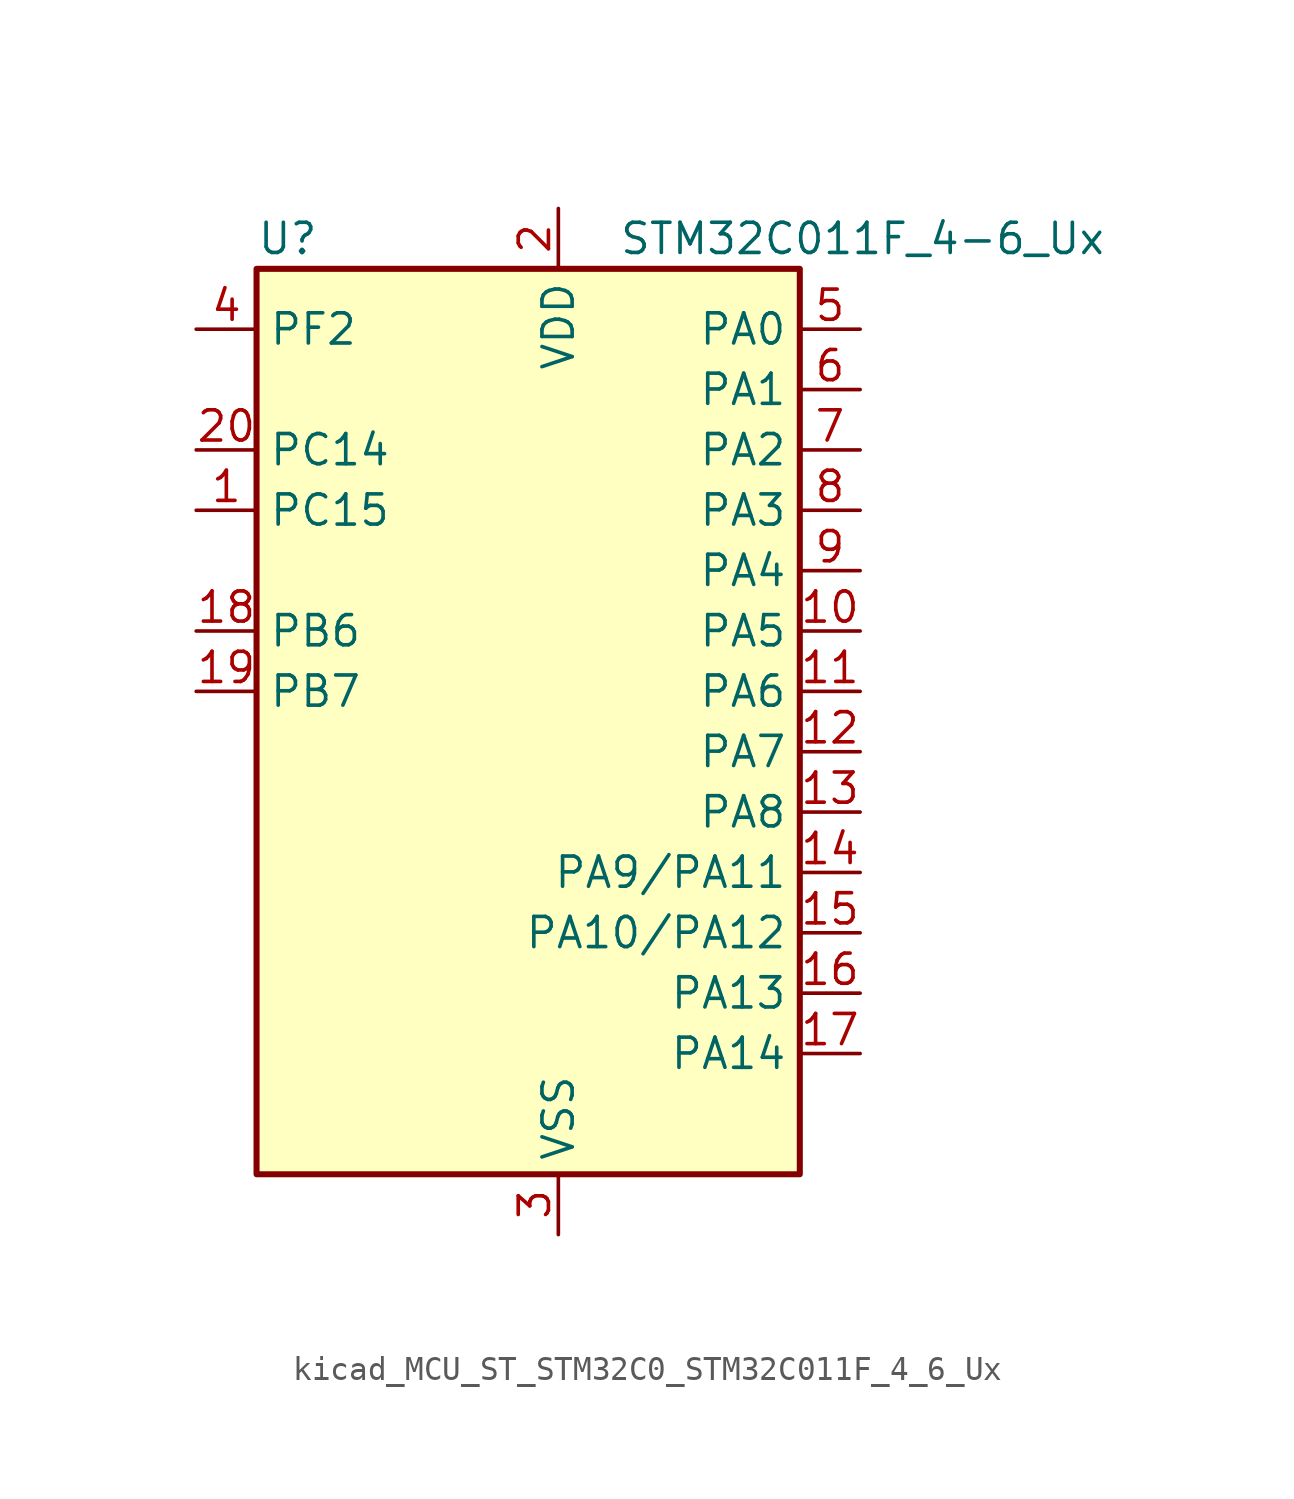
<source format=kicad_sym>
(kicad_symbol_lib
  (version 20220914)
  (generator kicad_symbol_editor)
  (symbol "kicad_MCU_ST_STM32C0_STM32C011F_4_6_Ux"
    (property "Reference" "U"
      (at -10.16 21.59 0)
      (effects (font (size 1.27 1.27)) (justify left)))
    (property "Value" "STM32C011F_4-6_Ux"
      (at 5.08 21.59 0)
      (effects (font (size 1.27 1.27)) (justify left)))
    (property "ki_locked" ""
      (at 0 0 0)
      (effects (font (size 1.27 1.27))))
    (symbol "kicad_MCU_ST_STM32C0_STM32C011F_4_6_Ux_0_1"
      (rectangle (start -10.16 -17.78) (end 12.7 20.32) (stroke (width 0.254) (type default)) (fill (type background))))
    (symbol "kicad_MCU_ST_STM32C0_STM32C011F_4_6_Ux_1_1"
      (pin bidirectional line (at -12.7 10.16 0) (length 2.54) (name "PC15" (effects (font (size 1.27 1.27)))) (number "1" (effects (font (size 1.27 1.27)))) (alternate "RCC_OSC32_EN" bidirectional line) (alternate "RCC_OSCX_OUT" bidirectional line) (alternate "RCC_OSC_EN" bidirectional line) (alternate "TIM1_ETR" bidirectional line) (alternate "TIM3_CH3" bidirectional line))
      (pin bidirectional line (at 15.24 5.08 180) (length 2.54) (name "PA5" (effects (font (size 1.27 1.27)))) (number "10" (effects (font (size 1.27 1.27)))) (alternate "ADC1_IN5" bidirectional line) (alternate "I2S1_CK" bidirectional line) (alternate "SPI1_SCK" bidirectional line) (alternate "TIM1_CH1" bidirectional line) (alternate "TIM1_CH3N" bidirectional line) (alternate "USART2_RX" bidirectional line))
      (pin bidirectional line (at 15.24 2.54 180) (length 2.54) (name "PA6" (effects (font (size 1.27 1.27)))) (number "11" (effects (font (size 1.27 1.27)))) (alternate "ADC1_IN6" bidirectional line) (alternate "I2S1_MCK" bidirectional line) (alternate "SPI1_MISO" bidirectional line) (alternate "TIM16_CH1" bidirectional line) (alternate "TIM1_BKIN" bidirectional line) (alternate "TIM3_CH1" bidirectional line))
      (pin bidirectional line (at 15.24 0 180) (length 2.54) (name "PA7" (effects (font (size 1.27 1.27)))) (number "12" (effects (font (size 1.27 1.27)))) (alternate "ADC1_IN7" bidirectional line) (alternate "I2S1_SD" bidirectional line) (alternate "SPI1_MOSI" bidirectional line) (alternate "TIM14_CH1" bidirectional line) (alternate "TIM17_CH1" bidirectional line) (alternate "TIM1_CH1N" bidirectional line) (alternate "TIM3_CH2" bidirectional line))
      (pin bidirectional line (at 15.24 -2.54 180) (length 2.54) (name "PA8" (effects (font (size 1.27 1.27)))) (number "13" (effects (font (size 1.27 1.27)))) (alternate "ADC1_IN8" bidirectional line) (alternate "I2S1_WS" bidirectional line) (alternate "RCC_MCO" bidirectional line) (alternate "RCC_MCO_2" bidirectional line) (alternate "SPI1_NSS" bidirectional line) (alternate "TIM14_CH1" bidirectional line) (alternate "TIM1_CH1" bidirectional line) (alternate "TIM1_CH2N" bidirectional line) (alternate "TIM1_CH3N" bidirectional line) (alternate "TIM3_CH3" bidirectional line) (alternate "TIM3_CH4" bidirectional line) (alternate "USART1_RX" bidirectional line) (alternate "USART2_TX" bidirectional line))
      (pin bidirectional line (at 15.24 -5.08 180) (length 2.54) (name "PA9/PA11" (effects (font (size 1.27 1.27)))) (number "14" (effects (font (size 1.27 1.27)))) (alternate "I2C1_SCL" bidirectional line) (alternate "RCC_MCO" bidirectional line) (alternate "TIM1_CH2" bidirectional line) (alternate "TIM3_ETR" bidirectional line) (alternate "USART1_TX" bidirectional line))
      (pin bidirectional line (at 15.24 -7.62 180) (length 2.54) (name "PA10/PA12" (effects (font (size 1.27 1.27)))) (number "15" (effects (font (size 1.27 1.27)))) (alternate "I2C1_SDA" bidirectional line) (alternate "RCC_MCO_2" bidirectional line) (alternate "TIM17_BKIN" bidirectional line) (alternate "TIM1_CH3" bidirectional line) (alternate "USART1_RX" bidirectional line))
      (pin bidirectional line (at 15.24 -10.16 180) (length 2.54) (name "PA13" (effects (font (size 1.27 1.27)))) (number "16" (effects (font (size 1.27 1.27)))) (alternate "ADC1_IN13" bidirectional line) (alternate "DEBUG_SWDIO" bidirectional line) (alternate "IR_OUT" bidirectional line) (alternate "TIM3_ETR" bidirectional line) (alternate "USART2_RX" bidirectional line))
      (pin bidirectional line (at 15.24 -12.7 180) (length 2.54) (name "PA14" (effects (font (size 1.27 1.27)))) (number "17" (effects (font (size 1.27 1.27)))) (alternate "ADC1_IN14" bidirectional line) (alternate "DEBUG_SWCLK" bidirectional line) (alternate "I2S1_WS" bidirectional line) (alternate "RCC_MCO_2" bidirectional line) (alternate "SPI1_NSS" bidirectional line) (alternate "TIM1_CH1" bidirectional line) (alternate "USART1_CK" bidirectional line) (alternate "USART1_DE" bidirectional line) (alternate "USART1_RTS" bidirectional line) (alternate "USART2_RX" bidirectional line) (alternate "USART2_TX" bidirectional line))
      (pin bidirectional line (at -12.7 5.08 0) (length 2.54) (name "PB6" (effects (font (size 1.27 1.27)))) (number "18" (effects (font (size 1.27 1.27)))) (alternate "I2C1_SCL" bidirectional line) (alternate "I2C1_SMBA" bidirectional line) (alternate "I2S1_CK" bidirectional line) (alternate "I2S1_MCK" bidirectional line) (alternate "I2S1_SD" bidirectional line) (alternate "PWR_WKUP3" bidirectional line) (alternate "SPI1_MISO" bidirectional line) (alternate "SPI1_MOSI" bidirectional line) (alternate "SPI1_SCK" bidirectional line) (alternate "TIM16_BKIN" bidirectional line) (alternate "TIM16_CH1N" bidirectional line) (alternate "TIM17_BKIN" bidirectional line) (alternate "TIM1_CH2" bidirectional line) (alternate "TIM1_CH3" bidirectional line) (alternate "TIM3_CH1" bidirectional line) (alternate "TIM3_CH2" bidirectional line) (alternate "TIM3_CH3" bidirectional line) (alternate "USART1_CK" bidirectional line) (alternate "USART1_CTS" bidirectional line) (alternate "USART1_DE" bidirectional line) (alternate "USART1_NSS" bidirectional line) (alternate "USART1_RTS" bidirectional line) (alternate "USART1_TX" bidirectional line))
      (pin bidirectional line (at -12.7 2.54 0) (length 2.54) (name "PB7" (effects (font (size 1.27 1.27)))) (number "19" (effects (font (size 1.27 1.27)))) (alternate "I2C1_SCL" bidirectional line) (alternate "I2C1_SDA" bidirectional line) (alternate "RTC_REFIN" bidirectional line) (alternate "TIM16_CH1" bidirectional line) (alternate "TIM17_CH1N" bidirectional line) (alternate "TIM1_CH4" bidirectional line) (alternate "TIM3_CH1" bidirectional line) (alternate "TIM3_CH4" bidirectional line) (alternate "USART1_RX" bidirectional line) (alternate "USART2_CTS" bidirectional line) (alternate "USART2_NSS" bidirectional line))
      (pin power_in line (at 2.54 22.86 270) (length 2.54) (name "VDD" (effects (font (size 1.27 1.27)))) (number "2" (effects (font (size 1.27 1.27)))))
      (pin bidirectional line (at -12.7 12.7 0) (length 2.54) (name "PC14" (effects (font (size 1.27 1.27)))) (number "20" (effects (font (size 1.27 1.27)))) (alternate "I2C1_SDA" bidirectional line) (alternate "IR_OUT" bidirectional line) (alternate "RCC_OSCX_IN" bidirectional line) (alternate "TIM17_CH1" bidirectional line) (alternate "TIM1_BKIN2" bidirectional line) (alternate "TIM1_ETR" bidirectional line) (alternate "TIM3_CH2" bidirectional line) (alternate "USART1_TX" bidirectional line) (alternate "USART2_CK" bidirectional line) (alternate "USART2_DE" bidirectional line) (alternate "USART2_RTS" bidirectional line))
      (pin power_in line (at 2.54 -20.32 90) (length 2.54) (name "VSS" (effects (font (size 1.27 1.27)))) (number "3" (effects (font (size 1.27 1.27)))))
      (pin bidirectional line (at -12.7 17.78 0) (length 2.54) (name "PF2" (effects (font (size 1.27 1.27)))) (number "4" (effects (font (size 1.27 1.27)))) (alternate "RCC_MCO" bidirectional line) (alternate "TIM1_CH4" bidirectional line))
      (pin bidirectional line (at 15.24 17.78 180) (length 2.54) (name "PA0" (effects (font (size 1.27 1.27)))) (number "5" (effects (font (size 1.27 1.27)))) (alternate "ADC1_IN0" bidirectional line) (alternate "PWR_WKUP1" bidirectional line) (alternate "TIM16_CH1" bidirectional line) (alternate "TIM1_CH1" bidirectional line) (alternate "USART1_TX" bidirectional line) (alternate "USART2_CTS" bidirectional line) (alternate "USART2_NSS" bidirectional line))
      (pin bidirectional line (at 15.24 15.24 180) (length 2.54) (name "PA1" (effects (font (size 1.27 1.27)))) (number "6" (effects (font (size 1.27 1.27)))) (alternate "ADC1_IN1" bidirectional line) (alternate "I2C1_SMBA" bidirectional line) (alternate "I2S1_CK" bidirectional line) (alternate "SPI1_SCK" bidirectional line) (alternate "TIM17_CH1" bidirectional line) (alternate "TIM1_CH2" bidirectional line) (alternate "USART1_RX" bidirectional line) (alternate "USART2_CK" bidirectional line) (alternate "USART2_DE" bidirectional line) (alternate "USART2_RTS" bidirectional line))
      (pin bidirectional line (at 15.24 12.7 180) (length 2.54) (name "PA2" (effects (font (size 1.27 1.27)))) (number "7" (effects (font (size 1.27 1.27)))) (alternate "ADC1_IN2" bidirectional line) (alternate "I2S1_SD" bidirectional line) (alternate "PWR_WKUP4" bidirectional line) (alternate "RCC_LSCO" bidirectional line) (alternate "SPI1_MOSI" bidirectional line) (alternate "TIM16_CH1N" bidirectional line) (alternate "TIM1_CH3" bidirectional line) (alternate "TIM3_ETR" bidirectional line) (alternate "USART2_TX" bidirectional line))
      (pin bidirectional line (at 15.24 10.16 180) (length 2.54) (name "PA3" (effects (font (size 1.27 1.27)))) (number "8" (effects (font (size 1.27 1.27)))) (alternate "ADC1_IN3" bidirectional line) (alternate "TIM1_CH1N" bidirectional line) (alternate "TIM1_CH4" bidirectional line) (alternate "USART2_RX" bidirectional line))
      (pin bidirectional line (at 15.24 7.62 180) (length 2.54) (name "PA4" (effects (font (size 1.27 1.27)))) (number "9" (effects (font (size 1.27 1.27)))) (alternate "ADC1_IN4" bidirectional line) (alternate "I2S1_WS" bidirectional line) (alternate "PWR_WKUP2" bidirectional line) (alternate "RTC_OUT1" bidirectional line) (alternate "RTC_TS" bidirectional line) (alternate "SPI1_NSS" bidirectional line) (alternate "TIM14_CH1" bidirectional line) (alternate "TIM17_CH1N" bidirectional line) (alternate "TIM1_CH2N" bidirectional line) (alternate "USART2_TX" bidirectional line)))))
</source>
